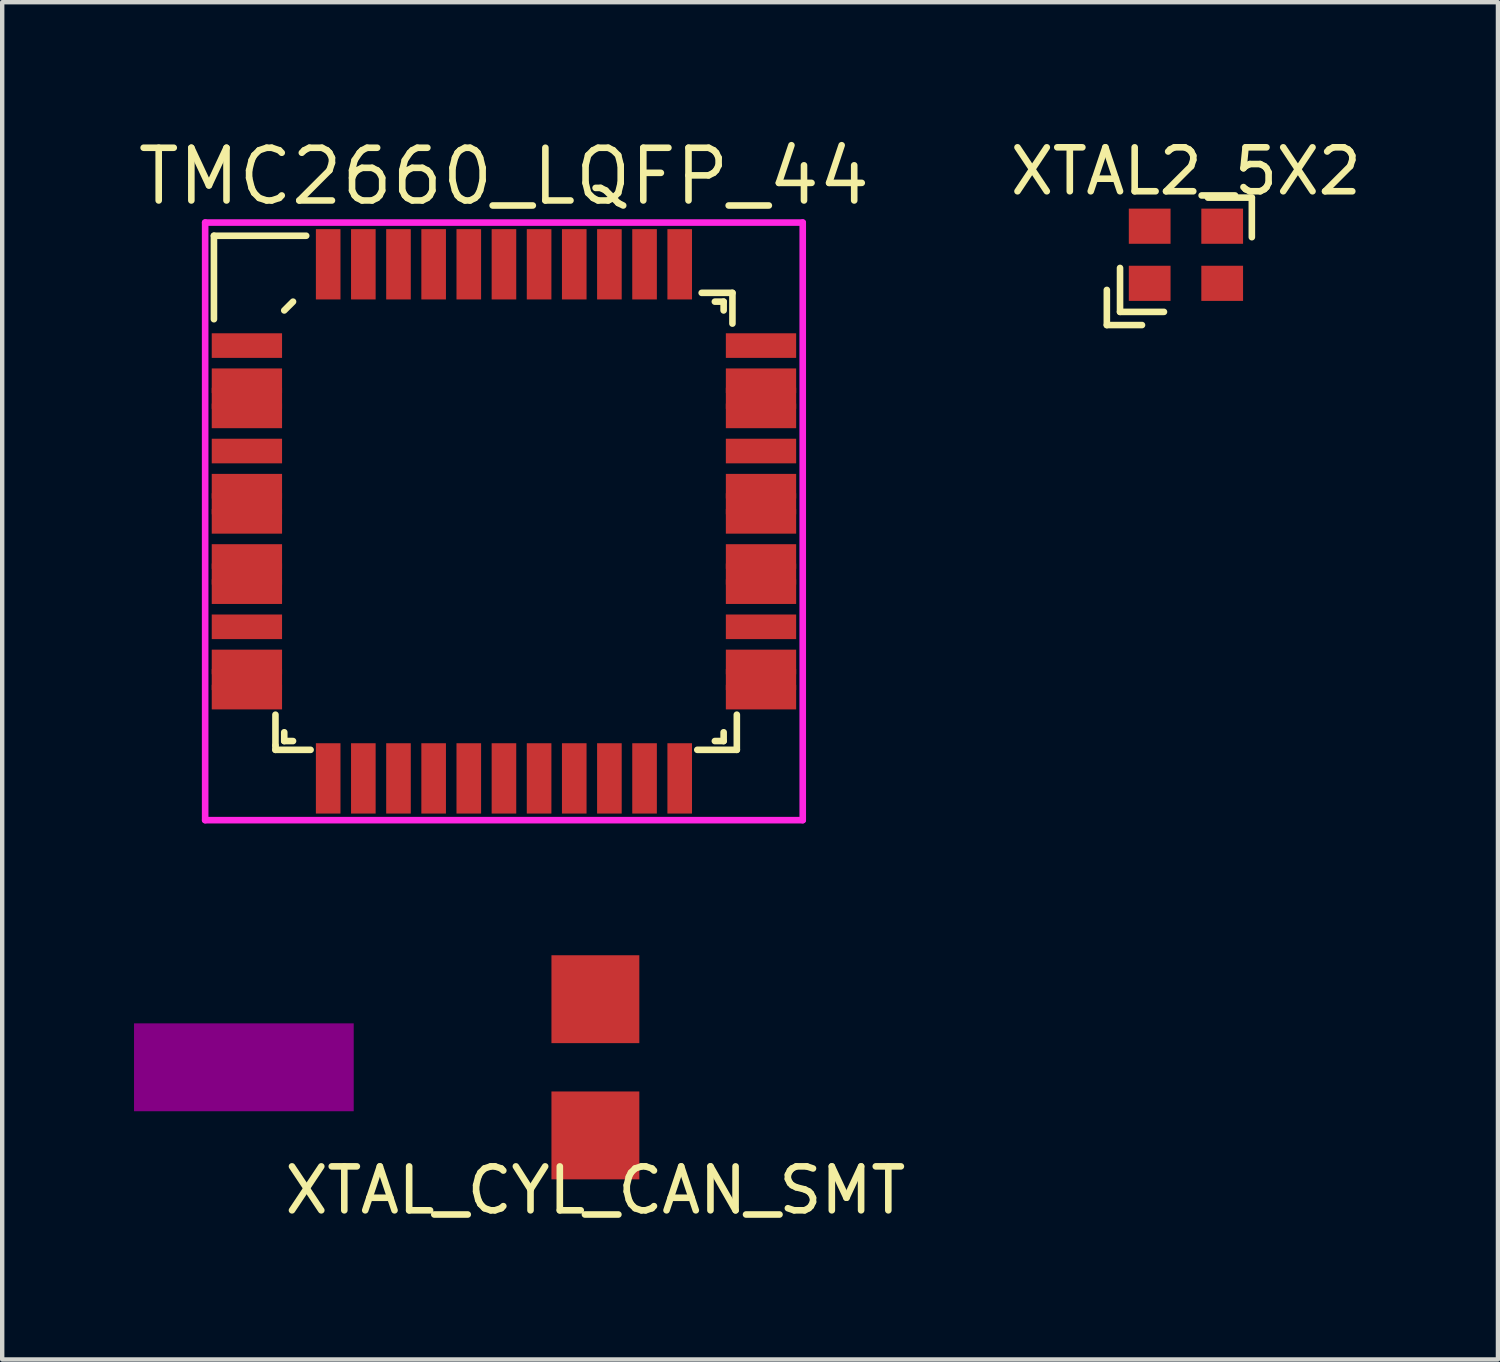
<source format=kicad_pcb>
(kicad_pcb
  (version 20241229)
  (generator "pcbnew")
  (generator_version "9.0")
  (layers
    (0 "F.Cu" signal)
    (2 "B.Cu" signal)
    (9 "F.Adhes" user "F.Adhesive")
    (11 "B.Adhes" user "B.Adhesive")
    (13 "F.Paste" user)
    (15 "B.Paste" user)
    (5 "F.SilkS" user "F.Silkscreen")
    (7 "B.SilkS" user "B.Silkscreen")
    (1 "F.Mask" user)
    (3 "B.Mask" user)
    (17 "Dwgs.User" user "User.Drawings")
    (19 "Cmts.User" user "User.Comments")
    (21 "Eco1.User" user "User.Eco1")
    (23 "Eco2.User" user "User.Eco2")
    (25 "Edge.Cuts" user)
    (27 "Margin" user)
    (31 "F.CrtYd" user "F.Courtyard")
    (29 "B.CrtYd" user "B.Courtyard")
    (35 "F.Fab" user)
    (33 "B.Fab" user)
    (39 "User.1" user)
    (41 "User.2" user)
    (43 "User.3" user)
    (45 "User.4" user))
  (footprint "XTAL_CYL_CAN_SMT"
    (layer "F.Cu")
    (at 10.5 21.24)
    (property "Reference" "XTAL_CYL_CAN_SMT" (at 0 2.8 0) (layer "F.SilkS") (effects (font (size 1 1) (thickness 0.15))))
    (attr through_hole)
    (pad "" connect rect (at -8 0) (size 5 2) (layers "F.Adhes"))
    (pad "1" smd rect (at 0 -1.55) (size 2 2) (layers "F.Cu" "F.Mask" "F.Paste"))
    (pad "2" smd rect (at 0 1.55) (size 2 2) (layers "F.Cu" "F.Mask" "F.Paste")))
  (footprint "TMC2660_LQFP_44"
    (layer "F.Cu")
    (at 8.419 8.815)
    (property "Reference" "TMC2660_LQFP_44" (at 0 -7.85 0) (layer "F.SilkS") (effects (font (size 1.2 1.2) (thickness 0.15))))
    (attr through_hole)
    (fp_line (start -6.6 -6.5) (end -6.6 -4.6) (stroke (width 0.15) (type solid)) (layer "F.SilkS"))
    (fp_line (start -5.2 4.4) (end -5.2 5.1) (stroke (width 0.15) (type solid)) (layer "F.SilkS"))
    (fp_line (start -5.2 5.1) (end -5.2 5.2) (stroke (width 0.15) (type solid)) (layer "F.SilkS"))
    (fp_line (start -5.2 5.2) (end -4.4 5.2) (stroke (width 0.15) (type solid)) (layer "F.SilkS"))
    (fp_line (start -5 -4.8) (end -4.8 -5) (stroke (width 0.15) (type solid)) (layer "F.SilkS"))
    (fp_line (start -5 5) (end -5 4.8) (stroke (width 0.15) (type solid)) (layer "F.SilkS"))
    (fp_line (start -4.8 5) (end -5 5) (stroke (width 0.15) (type solid)) (layer "F.SilkS"))
    (fp_line (start -4.5 -6.5) (end -6.6 -6.5) (stroke (width 0.15) (type solid)) (layer "F.SilkS"))
    (fp_line (start 4.4 5.2) (end 5.3 5.2) (stroke (width 0.15) (type solid)) (layer "F.SilkS"))
    (fp_line (start 4.8 -5) (end 5 -5) (stroke (width 0.15) (type solid)) (layer "F.SilkS"))
    (fp_line (start 4.8 5) (end 5 5) (stroke (width 0.15) (type solid)) (layer "F.SilkS"))
    (fp_line (start 5 -5) (end 5 -4.8) (stroke (width 0.15) (type solid)) (layer "F.SilkS"))
    (fp_line (start 5 5) (end 5 4.8) (stroke (width 0.15) (type solid)) (layer "F.SilkS"))
    (fp_line (start 5.2 -5.2) (end 4.5 -5.2) (stroke (width 0.15) (type solid)) (layer "F.SilkS"))
    (fp_line (start 5.2 -4.5) (end 5.2 -5.2) (stroke (width 0.15) (type solid)) (layer "F.SilkS"))
    (fp_line (start 5.3 5.2) (end 5.3 4.4) (stroke (width 0.15) (type solid)) (layer "F.SilkS"))
    (fp_line (start -6.8 -6.8) (end 6.8 -6.8) (stroke (width 0.15) (type solid)) (layer "F.CrtYd"))
    (fp_line (start -6.8 6.8) (end -6.8 -6.8) (stroke (width 0.15) (type solid)) (layer "F.CrtYd"))
    (fp_line (start 6.8 -6.8) (end 6.8 6.8) (stroke (width 0.15) (type solid)) (layer "F.CrtYd"))
    (fp_line (start 6.8 6.8) (end -6.8 6.8) (stroke (width 0.15) (type solid)) (layer "F.CrtYd"))
    (pad "1" smd rect (at -5.85 -4 90) (size 0.56 1.6) (layers "F.Cu" "F.Mask" "F.Paste"))
    (pad "2" smd rect (at -5.85 -3.2 90) (size 0.56 1.6) (layers "F.Cu" "F.Mask" "F.Paste"))
    (pad "2" connect rect (at -5.85 -2.8) (size 1.6 0.48) (layers "F.Cu" "F.Mask"))
    (pad "3" smd rect (at -5.85 -2.4 90) (size 0.56 1.6) (layers "F.Cu" "F.Mask" "F.Paste"))
    (pad "4" smd rect (at -5.85 -1.6 90) (size 0.56 1.6) (layers "F.Cu" "F.Mask" "F.Paste"))
    (pad "5" smd rect (at -5.85 -0.8 90) (size 0.56 1.6) (layers "F.Cu" "F.Mask" "F.Paste"))
    (pad "5" connect rect (at -5.85 -0.4) (size 1.6 0.48) (layers "F.Cu" "F.Mask"))
    (pad "6" smd rect (at -5.85 0 90) (size 0.56 1.6) (layers "F.Cu" "F.Mask" "F.Paste"))
    (pad "7" smd rect (at -5.85 0.8 90) (size 0.56 1.6) (layers "F.Cu" "F.Mask" "F.Paste"))
    (pad "7" connect rect (at -5.85 1.2) (size 1.6 0.48) (layers "F.Cu" "F.Mask"))
    (pad "8" smd rect (at -5.85 1.6 90) (size 0.56 1.6) (layers "F.Cu" "F.Mask" "F.Paste"))
    (pad "9" smd rect (at -5.85 2.4 90) (size 0.56 1.6) (layers "F.Cu" "F.Mask" "F.Paste"))
    (pad "10" smd rect (at -5.85 3.2 90) (size 0.56 1.6) (layers "F.Cu" "F.Mask" "F.Paste"))
    (pad "10" connect rect (at -5.85 3.6) (size 1.6 0.48) (layers "F.Cu" "F.Mask"))
    (pad "11" smd rect (at -5.85 4 90) (size 0.56 1.6) (layers "F.Cu" "F.Mask" "F.Paste"))
    (pad "12" smd rect (at -4 5.85) (size 0.56 1.6) (layers "F.Cu" "F.Mask" "F.Paste"))
    (pad "13" smd rect (at -3.2 5.85) (size 0.56 1.6) (layers "F.Cu" "F.Mask" "F.Paste"))
    (pad "14" smd rect (at -2.4 5.85) (size 0.56 1.6) (layers "F.Cu" "F.Mask" "F.Paste"))
    (pad "15" smd rect (at -1.6 5.85) (size 0.56 1.6) (layers "F.Cu" "F.Mask" "F.Paste"))
    (pad "16" smd rect (at -0.8 5.85) (size 0.56 1.6) (layers "F.Cu" "F.Mask" "F.Paste"))
    (pad "17" smd rect (at 0 5.85) (size 0.56 1.6) (layers "F.Cu" "F.Mask" "F.Paste"))
    (pad "18" smd rect (at 0.8 5.85) (size 0.56 1.6) (layers "F.Cu" "F.Mask" "F.Paste"))
    (pad "19" smd rect (at 1.6 5.85) (size 0.56 1.6) (layers "F.Cu" "F.Mask" "F.Paste"))
    (pad "20" smd rect (at 2.4 5.85) (size 0.56 1.6) (layers "F.Cu" "F.Mask" "F.Paste"))
    (pad "21" smd rect (at 3.2 5.85) (size 0.56 1.6) (layers "F.Cu" "F.Mask" "F.Paste"))
    (pad "22" smd rect (at 4 5.85) (size 0.56 1.6) (layers "F.Cu" "F.Mask" "F.Paste"))
    (pad "23" connect rect (at 5.85 3.6) (size 1.6 0.48) (layers "F.Cu" "F.Mask"))
    (pad "23" smd rect (at 5.85 4 90) (size 0.56 1.6) (layers "F.Cu" "F.Mask" "F.Paste"))
    (pad "24" smd rect (at 5.85 3.2 90) (size 0.56 1.6) (layers "F.Cu" "F.Mask" "F.Paste"))
    (pad "25" smd rect (at 5.85 2.4 90) (size 0.56 1.6) (layers "F.Cu" "F.Mask" "F.Paste"))
    (pad "26" connect rect (at 5.85 1.2) (size 1.6 0.48) (layers "F.Cu" "F.Mask"))
    (pad "26" smd rect (at 5.85 1.6 90) (size 0.56 1.6) (layers "F.Cu" "F.Mask" "F.Paste"))
    (pad "27" smd rect (at 5.85 0.8 90) (size 0.56 1.6) (layers "F.Cu" "F.Mask" "F.Paste"))
    (pad "28" connect rect (at 5.85 -0.4) (size 1.6 0.48) (layers "F.Cu" "F.Mask"))
    (pad "28" smd rect (at 5.85 0 90) (size 0.56 1.6) (layers "F.Cu" "F.Mask" "F.Paste"))
    (pad "29" smd rect (at 5.85 -0.8 90) (size 0.56 1.6) (layers "F.Cu" "F.Mask" "F.Paste"))
    (pad "30" smd rect (at 5.85 -1.6 90) (size 0.56 1.6) (layers "F.Cu" "F.Mask" "F.Paste"))
    (pad "31" connect rect (at 5.85 -2.8) (size 1.6 0.48) (layers "F.Cu" "F.Mask"))
    (pad "31" smd rect (at 5.85 -2.4 90) (size 0.56 1.6) (layers "F.Cu" "F.Mask" "F.Paste"))
    (pad "32" smd rect (at 5.85 -3.2 90) (size 0.56 1.6) (layers "F.Cu" "F.Mask" "F.Paste"))
    (pad "33" smd rect (at 5.85 -4 90) (size 0.56 1.6) (layers "F.Cu" "F.Mask" "F.Paste"))
    (pad "34" smd rect (at 4 -5.85) (size 0.56 1.6) (layers "F.Cu" "F.Mask" "F.Paste"))
    (pad "35" smd rect (at 3.2 -5.85) (size 0.56 1.6) (layers "F.Cu" "F.Mask" "F.Paste"))
    (pad "36" smd rect (at 2.4 -5.85) (size 0.56 1.6) (layers "F.Cu" "F.Mask" "F.Paste"))
    (pad "37" smd rect (at 1.6 -5.85) (size 0.56 1.6) (layers "F.Cu" "F.Mask" "F.Paste"))
    (pad "38" smd rect (at 0.8 -5.85) (size 0.56 1.6) (layers "F.Cu" "F.Mask" "F.Paste"))
    (pad "39" smd rect (at 0 -5.85) (size 0.56 1.6) (layers "F.Cu" "F.Mask" "F.Paste"))
    (pad "40" smd rect (at -0.8 -5.85) (size 0.56 1.6) (layers "F.Cu" "F.Mask" "F.Paste"))
    (pad "41" smd rect (at -1.6 -5.85) (size 0.56 1.6) (layers "F.Cu" "F.Mask" "F.Paste"))
    (pad "42" smd rect (at -2.4 -5.85) (size 0.56 1.6) (layers "F.Cu" "F.Mask" "F.Paste"))
    (pad "43" smd rect (at -3.2 -5.85) (size 0.56 1.6) (layers "F.Cu" "F.Mask" "F.Paste"))
    (pad "44" smd rect (at -4 -5.85) (size 0.56 1.6) (layers "F.Cu" "F.Mask" "F.Paste")))
  (footprint "XTAL2_5X2"
    (layer "F.Cu")
    (at 23.94 2.748)
    (property "Reference" "XTAL2_5X2" (at 0 -1.9 0) (layer "F.SilkS") (effects (font (size 1 1) (thickness 0.15))))
    (attr through_hole)
    (fp_line (start -1.8 0.8) (end -1.8 1.6) (stroke (width 0.15) (type solid)) (layer "F.SilkS"))
    (fp_line (start -1.8 1.6) (end -1 1.6) (stroke (width 0.15) (type solid)) (layer "F.SilkS"))
    (fp_line (start -1.5 0.3) (end -1.5 1.3) (stroke (width 0.15) (type solid)) (layer "F.SilkS"))
    (fp_line (start -1.5 1.3) (end -0.5 1.3) (stroke (width 0.15) (type solid)) (layer "F.SilkS"))
    (fp_line (start 0.5 -1.3) (end 1.5 -1.3) (stroke (width 0.15) (type solid)) (layer "F.SilkS"))
    (fp_line (start 1.5 -1.3) (end 1.5 -0.4) (stroke (width 0.15) (type solid)) (layer "F.SilkS"))
    (pad "1" smd rect (at -0.825 0.65) (size 0.95 0.8) (layers "F.Cu" "F.Mask" "F.Paste"))
    (pad "2" smd rect (at 0.825 0.65) (size 0.95 0.8) (layers "F.Cu" "F.Mask" "F.Paste"))
    (pad "3" smd rect (at 0.825 -0.65) (size 0.95 0.8) (layers "F.Cu" "F.Mask" "F.Paste"))
    (pad "4" smd rect (at -0.825 -0.65) (size 0.95 0.8) (layers "F.Cu" "F.Mask" "F.Paste")))
  (gr_rect
    (start -3 -3)
    (end 31.041 27.889)
    (stroke (width 0.1) (type default))
    (fill no)
    (layer "Edge.Cuts")))
</source>
